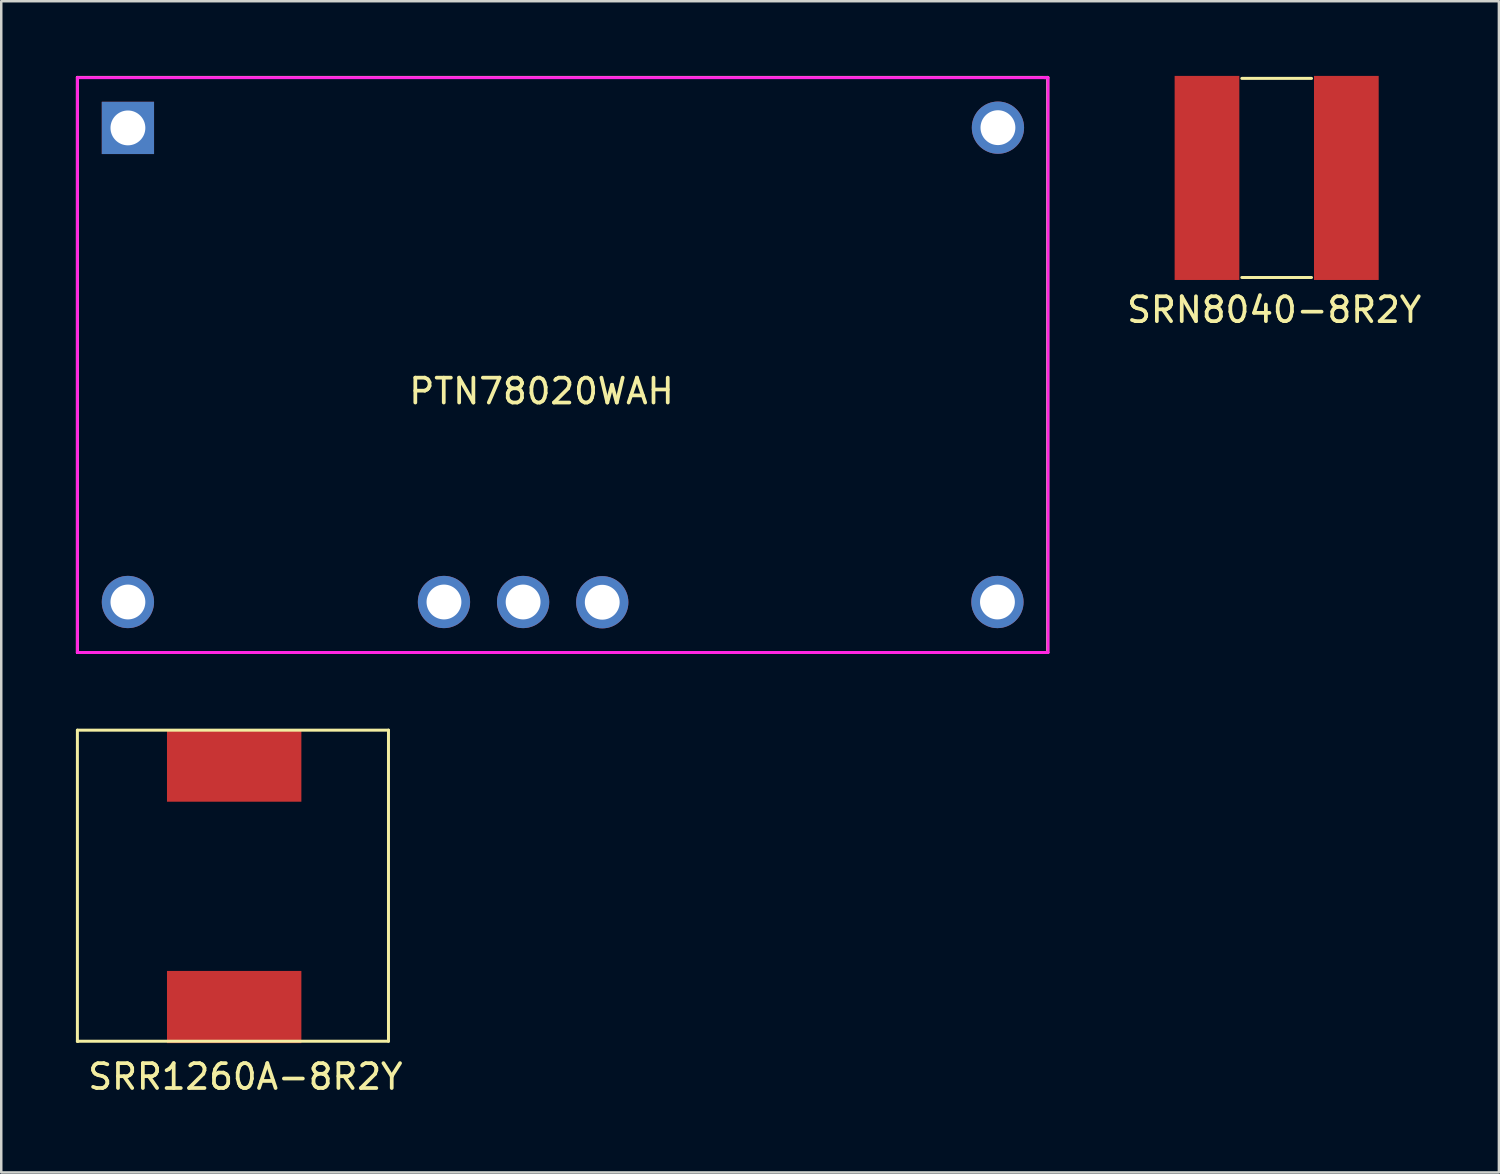
<source format=kicad_pcb>
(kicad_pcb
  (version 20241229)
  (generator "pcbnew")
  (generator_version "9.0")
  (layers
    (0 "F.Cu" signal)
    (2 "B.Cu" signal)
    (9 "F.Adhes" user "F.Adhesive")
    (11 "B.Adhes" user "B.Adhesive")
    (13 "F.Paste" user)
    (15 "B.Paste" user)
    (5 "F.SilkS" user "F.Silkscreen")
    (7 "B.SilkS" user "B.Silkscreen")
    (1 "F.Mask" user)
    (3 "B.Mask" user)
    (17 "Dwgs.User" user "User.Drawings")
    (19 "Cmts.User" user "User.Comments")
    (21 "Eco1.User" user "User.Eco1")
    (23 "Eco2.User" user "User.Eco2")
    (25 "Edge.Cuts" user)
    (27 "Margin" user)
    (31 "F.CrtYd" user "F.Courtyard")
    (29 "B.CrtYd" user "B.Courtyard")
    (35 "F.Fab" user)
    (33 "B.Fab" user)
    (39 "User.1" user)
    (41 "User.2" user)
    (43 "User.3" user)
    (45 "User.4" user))
  (footprint "PTN78020WAH"
    (layer "F.Cu")
    (at 18.51 11.52)
    (property "Reference" "PTN78020WAH" (at 0.2 1.15 0) (layer "F.SilkS") (effects (font (size 1 1) (thickness 0.15))))
    (attr through_hole)
    (fp_line (start -18.45 -11.46) (end 20.54 -11.46) (stroke (width 0.12) (type solid)) (layer "F.SilkS"))
    (fp_line (start -18.45 11.65) (end -18.45 -11.46) (stroke (width 0.12) (type solid)) (layer "F.SilkS"))
    (fp_line (start 20.54 -11.46) (end 20.54 11.65) (stroke (width 0.12) (type solid)) (layer "F.SilkS"))
    (fp_line (start 20.54 11.65) (end -18.45 11.65) (stroke (width 0.12) (type solid)) (layer "F.SilkS"))
    (fp_line (start -18.45 -11.45) (end -18.45 11.65) (stroke (width 0.12) (type solid)) (layer "F.CrtYd"))
    (fp_line (start -18.45 -11.45) (end 20.5 -11.45) (stroke (width 0.12) (type solid)) (layer "F.CrtYd"))
    (fp_line (start -18.45 11.65) (end 20.55 11.65) (stroke (width 0.12) (type solid)) (layer "F.CrtYd"))
    (fp_line (start 20.55 -11.45) (end 20.4 -11.45) (stroke (width 0.12) (type solid)) (layer "F.CrtYd"))
    (fp_line (start 20.55 11.65) (end 20.55 -11.45) (stroke (width 0.12) (type solid)) (layer "F.CrtYd"))
    (pad "1" thru_hole rect (at -16.42 -9.43) (size 2.1 2.1) (drill 1.4) (layers "*.Cu" "*.Mask"))
    (pad "2" thru_hole oval (at -16.42 9.62) (size 2.1 2.1) (drill 1.4) (layers "*.Cu" "*.Mask"))
    (pad "3" thru_hole oval (at -3.72 9.62) (size 2.1 2.1) (drill 1.4) (layers "*.Cu" "*.Mask"))
    (pad "4" thru_hole oval (at -0.54 9.62) (size 2.1 2.1) (drill 1.4) (layers "*.Cu" "*.Mask"))
    (pad "5" thru_hole oval (at 2.64 9.63) (size 2.1 2.1) (drill 1.4) (layers "*.Cu" "*.Mask"))
    (pad "6" thru_hole oval (at 18.52 9.62) (size 2.1 2.1) (drill 1.4) (layers "*.Cu" "*.Mask"))
    (pad "7" thru_hole oval (at 18.54 -9.44) (size 2.1 2.1) (drill 1.4) (layers "*.Cu" "*.Mask")))
  (footprint "SRR1260A-8R2Y"
    (layer "F.Cu")
    (at 6.56 32.965)
    (property "Reference" "SRR1260A-8R2Y" (at 0.25 7.25 0) (layer "F.SilkS") (effects (font (size 1 1) (thickness 0.15))))
    (attr through_hole)
    (fp_line (start -6.5 -6.675) (end -6.5 5.825) (stroke (width 0.12) (type solid)) (layer "F.SilkS"))
    (fp_line (start -6.5 -6.675) (end 6 -6.675) (stroke (width 0.12) (type solid)) (layer "F.SilkS"))
    (fp_line (start -6.5 5.825) (end -6.475 5.825) (stroke (width 0.12) (type solid)) (layer "F.SilkS"))
    (fp_line (start 6 -6.675) (end 6 5.825) (stroke (width 0.12) (type solid)) (layer "F.SilkS"))
    (fp_line (start 6 5.825) (end -6.5 5.825) (stroke (width 0.12) (type solid)) (layer "F.SilkS"))
    (pad "1" smd rect (at -0.2 -5.25) (size 5.4 2.9) (layers "F.Cu" "F.Mask" "F.Paste"))
    (pad "2" smd rect (at -0.2 4.45) (size 5.4 2.9) (layers "F.Cu" "F.Mask" "F.Paste")))
  (footprint "SRN8040-8R2Y"
    (layer "F.Cu")
    (at 48.05 3.8)
    (property "Reference" "SRN8040-8R2Y" (at 0.1 5.6 0) (layer "F.SilkS") (effects (font (size 1 1) (thickness 0.15))))
    (attr through_hole)
    (fp_line (start -1.2 -3.7) (end 1.6 -3.7) (stroke (width 0.12) (type solid)) (layer "F.SilkS"))
    (fp_line (start -1.2 4.3) (end 1.6 4.3) (stroke (width 0.12) (type solid)) (layer "F.SilkS"))
    (pad "1" smd rect (at 3 0.3) (size 2.6 8.2) (layers "F.Cu" "F.Mask" "F.Paste"))
    (pad "2" smd rect (at -2.6 0.3) (size 2.6 8.2) (layers "F.Cu" "F.Mask" "F.Paste")))
  (gr_rect
    (start -3 -3)
    (end 57.18 44.063)
    (stroke (width 0.1) (type default))
    (fill no)
    (layer "Edge.Cuts")))
</source>
